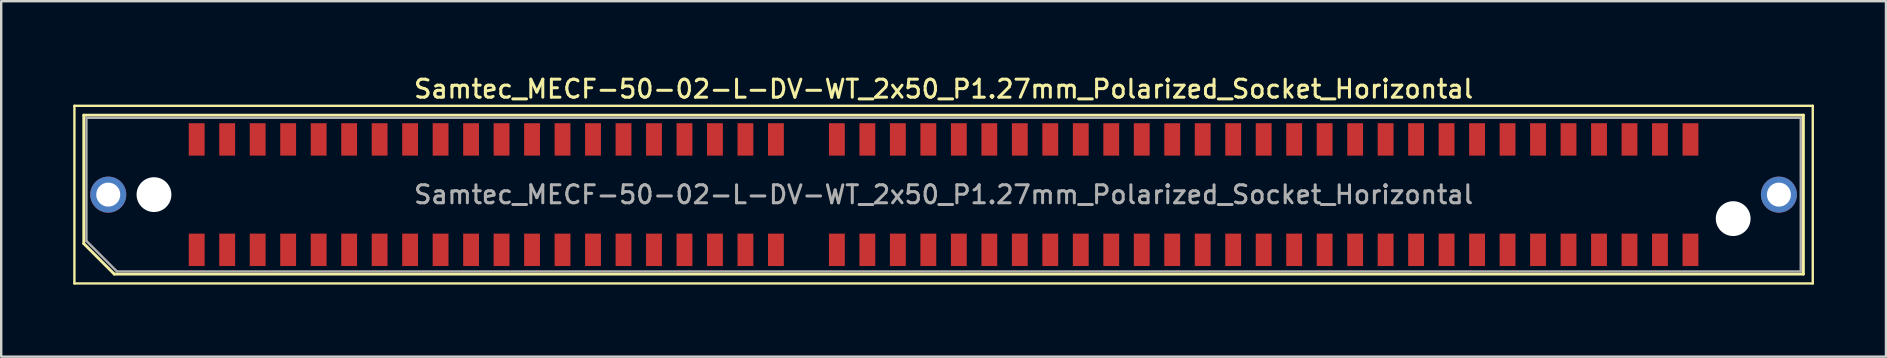
<source format=kicad_pcb>
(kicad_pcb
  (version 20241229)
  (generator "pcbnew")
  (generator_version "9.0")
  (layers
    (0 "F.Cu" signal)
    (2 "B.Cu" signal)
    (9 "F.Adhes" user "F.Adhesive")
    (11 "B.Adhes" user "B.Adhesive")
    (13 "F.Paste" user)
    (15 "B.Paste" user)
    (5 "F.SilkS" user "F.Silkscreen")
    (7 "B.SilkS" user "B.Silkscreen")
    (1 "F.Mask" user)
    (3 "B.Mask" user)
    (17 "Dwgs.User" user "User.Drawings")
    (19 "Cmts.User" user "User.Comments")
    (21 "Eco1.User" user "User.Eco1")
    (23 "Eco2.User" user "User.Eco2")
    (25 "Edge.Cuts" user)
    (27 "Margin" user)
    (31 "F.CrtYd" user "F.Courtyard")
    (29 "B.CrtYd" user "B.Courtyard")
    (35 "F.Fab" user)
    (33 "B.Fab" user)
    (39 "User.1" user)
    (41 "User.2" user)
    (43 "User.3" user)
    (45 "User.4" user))
  (footprint "Samtec_MECF-50-02-L-DV-WT_2x50_P1.27mm_Polarized_Socket_Horizontal"
    (layer "F.Cu")
    (at 36.26 5.058)
    (property "Reference" "Samtec_MECF-50-02-L-DV-WT_2x50_P1.27mm_Polarized_Socket_Horizontal" (at 0 -4.4 0) (layer "F.SilkS") (effects (font (size 0.75 0.75) (thickness 0.125))))
    (attr smd)
    (fp_line (start -36.21 -3.7) (end -36.21 3.7) (stroke (width 0.1) (type solid)) (layer "F.SilkS"))
    (fp_line (start -36.21 3.7) (end 36.21 3.7) (stroke (width 0.1) (type solid)) (layer "F.SilkS"))
    (fp_line (start -35.82 -3.31) (end 35.82 -3.31) (stroke (width 0.12) (type solid)) (layer "F.SilkS"))
    (fp_line (start -35.82 2.04) (end -35.82 -3.31) (stroke (width 0.12) (type solid)) (layer "F.SilkS"))
    (fp_line (start -34.55 3.31) (end -35.82 2.04) (stroke (width 0.12) (type solid)) (layer "F.SilkS"))
    (fp_line (start -34.55 3.31) (end 35.82 3.31) (stroke (width 0.12) (type solid)) (layer "F.SilkS"))
    (fp_line (start 35.82 3.31) (end 35.82 -3.31) (stroke (width 0.12) (type solid)) (layer "F.SilkS"))
    (fp_line (start 36.21 -3.7) (end -36.21 -3.7) (stroke (width 0.1) (type solid)) (layer "F.SilkS"))
    (fp_line (start 36.21 3.7) (end 36.21 -3.7) (stroke (width 0.1) (type solid)) (layer "F.SilkS"))
    (fp_line (start -35.71 -3.2) (end 35.71 -3.2) (stroke (width 0.1) (type solid)) (layer "F.Fab"))
    (fp_line (start -35.71 1.93) (end -35.71 -3.2) (stroke (width 0.1) (type solid)) (layer "F.Fab"))
    (fp_line (start -35.71 1.93) (end -34.44 3.2) (stroke (width 0.1) (type solid)) (layer "F.Fab"))
    (fp_line (start -34.44 3.2) (end 35.71 3.2) (stroke (width 0.1) (type solid)) (layer "F.Fab"))
    (fp_line (start 35.71 3.2) (end 35.71 -3.2) (stroke (width 0.1) (type solid)) (layer "F.Fab"))
    (fp_text user "${REFERENCE}" (at 0 0 0) (layer "F.Fab") (effects (font (size 0.75 0.75) (thickness 0.125))))
    (pad "" thru_hole circle (at -34.8 0) (size 1.5 1.5) (drill 1) (layers "*.Cu" "*.Mask"))
    (pad "" np_thru_hole circle (at -32.895 0) (size 1.45 1.45) (drill 1.45) (layers "*.Cu" "*.Mask"))
    (pad "" np_thru_hole circle (at 32.895 1) (size 1.45 1.45) (drill 1.45) (layers "*.Cu" "*.Mask"))
    (pad "" thru_hole circle (at 34.8 0) (size 1.5 1.5) (drill 1) (layers "*.Cu" "*.Mask"))
    (pad "1" smd rect (at -31.115 2.3) (size 0.66 1.35) (layers "F.Cu" "F.Mask" "F.Paste"))
    (pad "2" smd rect (at -31.115 -2.3) (size 0.66 1.35) (layers "F.Cu" "F.Mask" "F.Paste"))
    (pad "3" smd rect (at -29.845 2.3) (size 0.66 1.35) (layers "F.Cu" "F.Mask" "F.Paste"))
    (pad "4" smd rect (at -29.845 -2.3) (size 0.66 1.35) (layers "F.Cu" "F.Mask" "F.Paste"))
    (pad "5" smd rect (at -28.575 2.3) (size 0.66 1.35) (layers "F.Cu" "F.Mask" "F.Paste"))
    (pad "6" smd rect (at -28.575 -2.3) (size 0.66 1.35) (layers "F.Cu" "F.Mask" "F.Paste"))
    (pad "7" smd rect (at -27.305 2.3) (size 0.66 1.35) (layers "F.Cu" "F.Mask" "F.Paste"))
    (pad "8" smd rect (at -27.305 -2.3) (size 0.66 1.35) (layers "F.Cu" "F.Mask" "F.Paste"))
    (pad "9" smd rect (at -26.035 2.3) (size 0.66 1.35) (layers "F.Cu" "F.Mask" "F.Paste"))
    (pad "10" smd rect (at -26.035 -2.3) (size 0.66 1.35) (layers "F.Cu" "F.Mask" "F.Paste"))
    (pad "11" smd rect (at -24.765 2.3) (size 0.66 1.35) (layers "F.Cu" "F.Mask" "F.Paste"))
    (pad "12" smd rect (at -24.765 -2.3) (size 0.66 1.35) (layers "F.Cu" "F.Mask" "F.Paste"))
    (pad "13" smd rect (at -23.495 2.3) (size 0.66 1.35) (layers "F.Cu" "F.Mask" "F.Paste"))
    (pad "14" smd rect (at -23.495 -2.3) (size 0.66 1.35) (layers "F.Cu" "F.Mask" "F.Paste"))
    (pad "15" smd rect (at -22.225 2.3) (size 0.66 1.35) (layers "F.Cu" "F.Mask" "F.Paste"))
    (pad "16" smd rect (at -22.225 -2.3) (size 0.66 1.35) (layers "F.Cu" "F.Mask" "F.Paste"))
    (pad "17" smd rect (at -20.955 2.3) (size 0.66 1.35) (layers "F.Cu" "F.Mask" "F.Paste"))
    (pad "18" smd rect (at -20.955 -2.3) (size 0.66 1.35) (layers "F.Cu" "F.Mask" "F.Paste"))
    (pad "19" smd rect (at -19.685 2.3) (size 0.66 1.35) (layers "F.Cu" "F.Mask" "F.Paste"))
    (pad "20" smd rect (at -19.685 -2.3) (size 0.66 1.35) (layers "F.Cu" "F.Mask" "F.Paste"))
    (pad "21" smd rect (at -18.415 2.3) (size 0.66 1.35) (layers "F.Cu" "F.Mask" "F.Paste"))
    (pad "22" smd rect (at -18.415 -2.3) (size 0.66 1.35) (layers "F.Cu" "F.Mask" "F.Paste"))
    (pad "23" smd rect (at -17.145 2.3) (size 0.66 1.35) (layers "F.Cu" "F.Mask" "F.Paste"))
    (pad "24" smd rect (at -17.145 -2.3) (size 0.66 1.35) (layers "F.Cu" "F.Mask" "F.Paste"))
    (pad "25" smd rect (at -15.875 2.3) (size 0.66 1.35) (layers "F.Cu" "F.Mask" "F.Paste"))
    (pad "26" smd rect (at -15.875 -2.3) (size 0.66 1.35) (layers "F.Cu" "F.Mask" "F.Paste"))
    (pad "27" smd rect (at -14.605 2.3) (size 0.66 1.35) (layers "F.Cu" "F.Mask" "F.Paste"))
    (pad "28" smd rect (at -14.605 -2.3) (size 0.66 1.35) (layers "F.Cu" "F.Mask" "F.Paste"))
    (pad "29" smd rect (at -13.335 2.3) (size 0.66 1.35) (layers "F.Cu" "F.Mask" "F.Paste"))
    (pad "30" smd rect (at -13.335 -2.3) (size 0.66 1.35) (layers "F.Cu" "F.Mask" "F.Paste"))
    (pad "31" smd rect (at -12.065 2.3) (size 0.66 1.35) (layers "F.Cu" "F.Mask" "F.Paste"))
    (pad "32" smd rect (at -12.065 -2.3) (size 0.66 1.35) (layers "F.Cu" "F.Mask" "F.Paste"))
    (pad "33" smd rect (at -10.795 2.3) (size 0.66 1.35) (layers "F.Cu" "F.Mask" "F.Paste"))
    (pad "34" smd rect (at -10.795 -2.3) (size 0.66 1.35) (layers "F.Cu" "F.Mask" "F.Paste"))
    (pad "35" smd rect (at -9.525 2.3) (size 0.66 1.35) (layers "F.Cu" "F.Mask" "F.Paste"))
    (pad "36" smd rect (at -9.525 -2.3) (size 0.66 1.35) (layers "F.Cu" "F.Mask" "F.Paste"))
    (pad "37" smd rect (at -8.255 2.3) (size 0.66 1.35) (layers "F.Cu" "F.Mask" "F.Paste"))
    (pad "38" smd rect (at -8.255 -2.3) (size 0.66 1.35) (layers "F.Cu" "F.Mask" "F.Paste"))
    (pad "39" smd rect (at -6.985 2.3) (size 0.66 1.35) (layers "F.Cu" "F.Mask" "F.Paste"))
    (pad "40" smd rect (at -6.985 -2.3) (size 0.66 1.35) (layers "F.Cu" "F.Mask" "F.Paste"))
    (pad "43" smd rect (at -4.445 2.3) (size 0.66 1.35) (layers "F.Cu" "F.Mask" "F.Paste"))
    (pad "44" smd rect (at -4.445 -2.3) (size 0.66 1.35) (layers "F.Cu" "F.Mask" "F.Paste"))
    (pad "45" smd rect (at -3.175 2.3) (size 0.66 1.35) (layers "F.Cu" "F.Mask" "F.Paste"))
    (pad "46" smd rect (at -3.175 -2.3) (size 0.66 1.35) (layers "F.Cu" "F.Mask" "F.Paste"))
    (pad "47" smd rect (at -1.905 2.3) (size 0.66 1.35) (layers "F.Cu" "F.Mask" "F.Paste"))
    (pad "48" smd rect (at -1.905 -2.3) (size 0.66 1.35) (layers "F.Cu" "F.Mask" "F.Paste"))
    (pad "49" smd rect (at -0.635 2.3) (size 0.66 1.35) (layers "F.Cu" "F.Mask" "F.Paste"))
    (pad "50" smd rect (at -0.635 -2.3) (size 0.66 1.35) (layers "F.Cu" "F.Mask" "F.Paste"))
    (pad "51" smd rect (at 0.635 2.3) (size 0.66 1.35) (layers "F.Cu" "F.Mask" "F.Paste"))
    (pad "52" smd rect (at 0.635 -2.3) (size 0.66 1.35) (layers "F.Cu" "F.Mask" "F.Paste"))
    (pad "53" smd rect (at 1.905 2.3) (size 0.66 1.35) (layers "F.Cu" "F.Mask" "F.Paste"))
    (pad "54" smd rect (at 1.905 -2.3) (size 0.66 1.35) (layers "F.Cu" "F.Mask" "F.Paste"))
    (pad "55" smd rect (at 3.175 2.3) (size 0.66 1.35) (layers "F.Cu" "F.Mask" "F.Paste"))
    (pad "56" smd rect (at 3.175 -2.3) (size 0.66 1.35) (layers "F.Cu" "F.Mask" "F.Paste"))
    (pad "57" smd rect (at 4.445 2.3) (size 0.66 1.35) (layers "F.Cu" "F.Mask" "F.Paste"))
    (pad "58" smd rect (at 4.445 -2.3) (size 0.66 1.35) (layers "F.Cu" "F.Mask" "F.Paste"))
    (pad "59" smd rect (at 5.715 2.3) (size 0.66 1.35) (layers "F.Cu" "F.Mask" "F.Paste"))
    (pad "60" smd rect (at 5.715 -2.3) (size 0.66 1.35) (layers "F.Cu" "F.Mask" "F.Paste"))
    (pad "61" smd rect (at 6.985 2.3) (size 0.66 1.35) (layers "F.Cu" "F.Mask" "F.Paste"))
    (pad "62" smd rect (at 6.985 -2.3) (size 0.66 1.35) (layers "F.Cu" "F.Mask" "F.Paste"))
    (pad "63" smd rect (at 8.255 2.3) (size 0.66 1.35) (layers "F.Cu" "F.Mask" "F.Paste"))
    (pad "64" smd rect (at 8.255 -2.3) (size 0.66 1.35) (layers "F.Cu" "F.Mask" "F.Paste"))
    (pad "65" smd rect (at 9.525 2.3) (size 0.66 1.35) (layers "F.Cu" "F.Mask" "F.Paste"))
    (pad "66" smd rect (at 9.525 -2.3) (size 0.66 1.35) (layers "F.Cu" "F.Mask" "F.Paste"))
    (pad "67" smd rect (at 10.795 2.3) (size 0.66 1.35) (layers "F.Cu" "F.Mask" "F.Paste"))
    (pad "68" smd rect (at 10.795 -2.3) (size 0.66 1.35) (layers "F.Cu" "F.Mask" "F.Paste"))
    (pad "69" smd rect (at 12.065 2.3) (size 0.66 1.35) (layers "F.Cu" "F.Mask" "F.Paste"))
    (pad "70" smd rect (at 12.065 -2.3) (size 0.66 1.35) (layers "F.Cu" "F.Mask" "F.Paste"))
    (pad "71" smd rect (at 13.335 2.3) (size 0.66 1.35) (layers "F.Cu" "F.Mask" "F.Paste"))
    (pad "72" smd rect (at 13.335 -2.3) (size 0.66 1.35) (layers "F.Cu" "F.Mask" "F.Paste"))
    (pad "73" smd rect (at 14.605 2.3) (size 0.66 1.35) (layers "F.Cu" "F.Mask" "F.Paste"))
    (pad "74" smd rect (at 14.605 -2.3) (size 0.66 1.35) (layers "F.Cu" "F.Mask" "F.Paste"))
    (pad "75" smd rect (at 15.875 2.3) (size 0.66 1.35) (layers "F.Cu" "F.Mask" "F.Paste"))
    (pad "76" smd rect (at 15.875 -2.3) (size 0.66 1.35) (layers "F.Cu" "F.Mask" "F.Paste"))
    (pad "77" smd rect (at 17.145 2.3) (size 0.66 1.35) (layers "F.Cu" "F.Mask" "F.Paste"))
    (pad "78" smd rect (at 17.145 -2.3) (size 0.66 1.35) (layers "F.Cu" "F.Mask" "F.Paste"))
    (pad "79" smd rect (at 18.415 2.3) (size 0.66 1.35) (layers "F.Cu" "F.Mask" "F.Paste"))
    (pad "80" smd rect (at 18.415 -2.3) (size 0.66 1.35) (layers "F.Cu" "F.Mask" "F.Paste"))
    (pad "81" smd rect (at 19.685 2.3) (size 0.66 1.35) (layers "F.Cu" "F.Mask" "F.Paste"))
    (pad "82" smd rect (at 19.685 -2.3) (size 0.66 1.35) (layers "F.Cu" "F.Mask" "F.Paste"))
    (pad "83" smd rect (at 20.955 2.3) (size 0.66 1.35) (layers "F.Cu" "F.Mask" "F.Paste"))
    (pad "84" smd rect (at 20.955 -2.3) (size 0.66 1.35) (layers "F.Cu" "F.Mask" "F.Paste"))
    (pad "85" smd rect (at 22.225 2.3) (size 0.66 1.35) (layers "F.Cu" "F.Mask" "F.Paste"))
    (pad "86" smd rect (at 22.225 -2.3) (size 0.66 1.35) (layers "F.Cu" "F.Mask" "F.Paste"))
    (pad "87" smd rect (at 23.495 2.3) (size 0.66 1.35) (layers "F.Cu" "F.Mask" "F.Paste"))
    (pad "88" smd rect (at 23.495 -2.3) (size 0.66 1.35) (layers "F.Cu" "F.Mask" "F.Paste"))
    (pad "89" smd rect (at 24.765 2.3) (size 0.66 1.35) (layers "F.Cu" "F.Mask" "F.Paste"))
    (pad "90" smd rect (at 24.765 -2.3) (size 0.66 1.35) (layers "F.Cu" "F.Mask" "F.Paste"))
    (pad "91" smd rect (at 26.035 2.3) (size 0.66 1.35) (layers "F.Cu" "F.Mask" "F.Paste"))
    (pad "92" smd rect (at 26.035 -2.3) (size 0.66 1.35) (layers "F.Cu" "F.Mask" "F.Paste"))
    (pad "93" smd rect (at 27.305 2.3) (size 0.66 1.35) (layers "F.Cu" "F.Mask" "F.Paste"))
    (pad "94" smd rect (at 27.305 -2.3) (size 0.66 1.35) (layers "F.Cu" "F.Mask" "F.Paste"))
    (pad "95" smd rect (at 28.575 2.3) (size 0.66 1.35) (layers "F.Cu" "F.Mask" "F.Paste"))
    (pad "96" smd rect (at 28.575 -2.3) (size 0.66 1.35) (layers "F.Cu" "F.Mask" "F.Paste"))
    (pad "97" smd rect (at 29.845 2.3) (size 0.66 1.35) (layers "F.Cu" "F.Mask" "F.Paste"))
    (pad "98" smd rect (at 29.845 -2.3) (size 0.66 1.35) (layers "F.Cu" "F.Mask" "F.Paste"))
    (pad "99" smd rect (at 31.115 2.3) (size 0.66 1.35) (layers "F.Cu" "F.Mask" "F.Paste"))
    (pad "100" smd rect (at 31.115 -2.3) (size 0.66 1.35) (layers "F.Cu" "F.Mask" "F.Paste")))
  (gr_rect
    (start -3 -3)
    (end 75.52 11.808)
    (stroke (width 0.1) (type default))
    (fill no)
    (layer "Edge.Cuts")))
</source>
